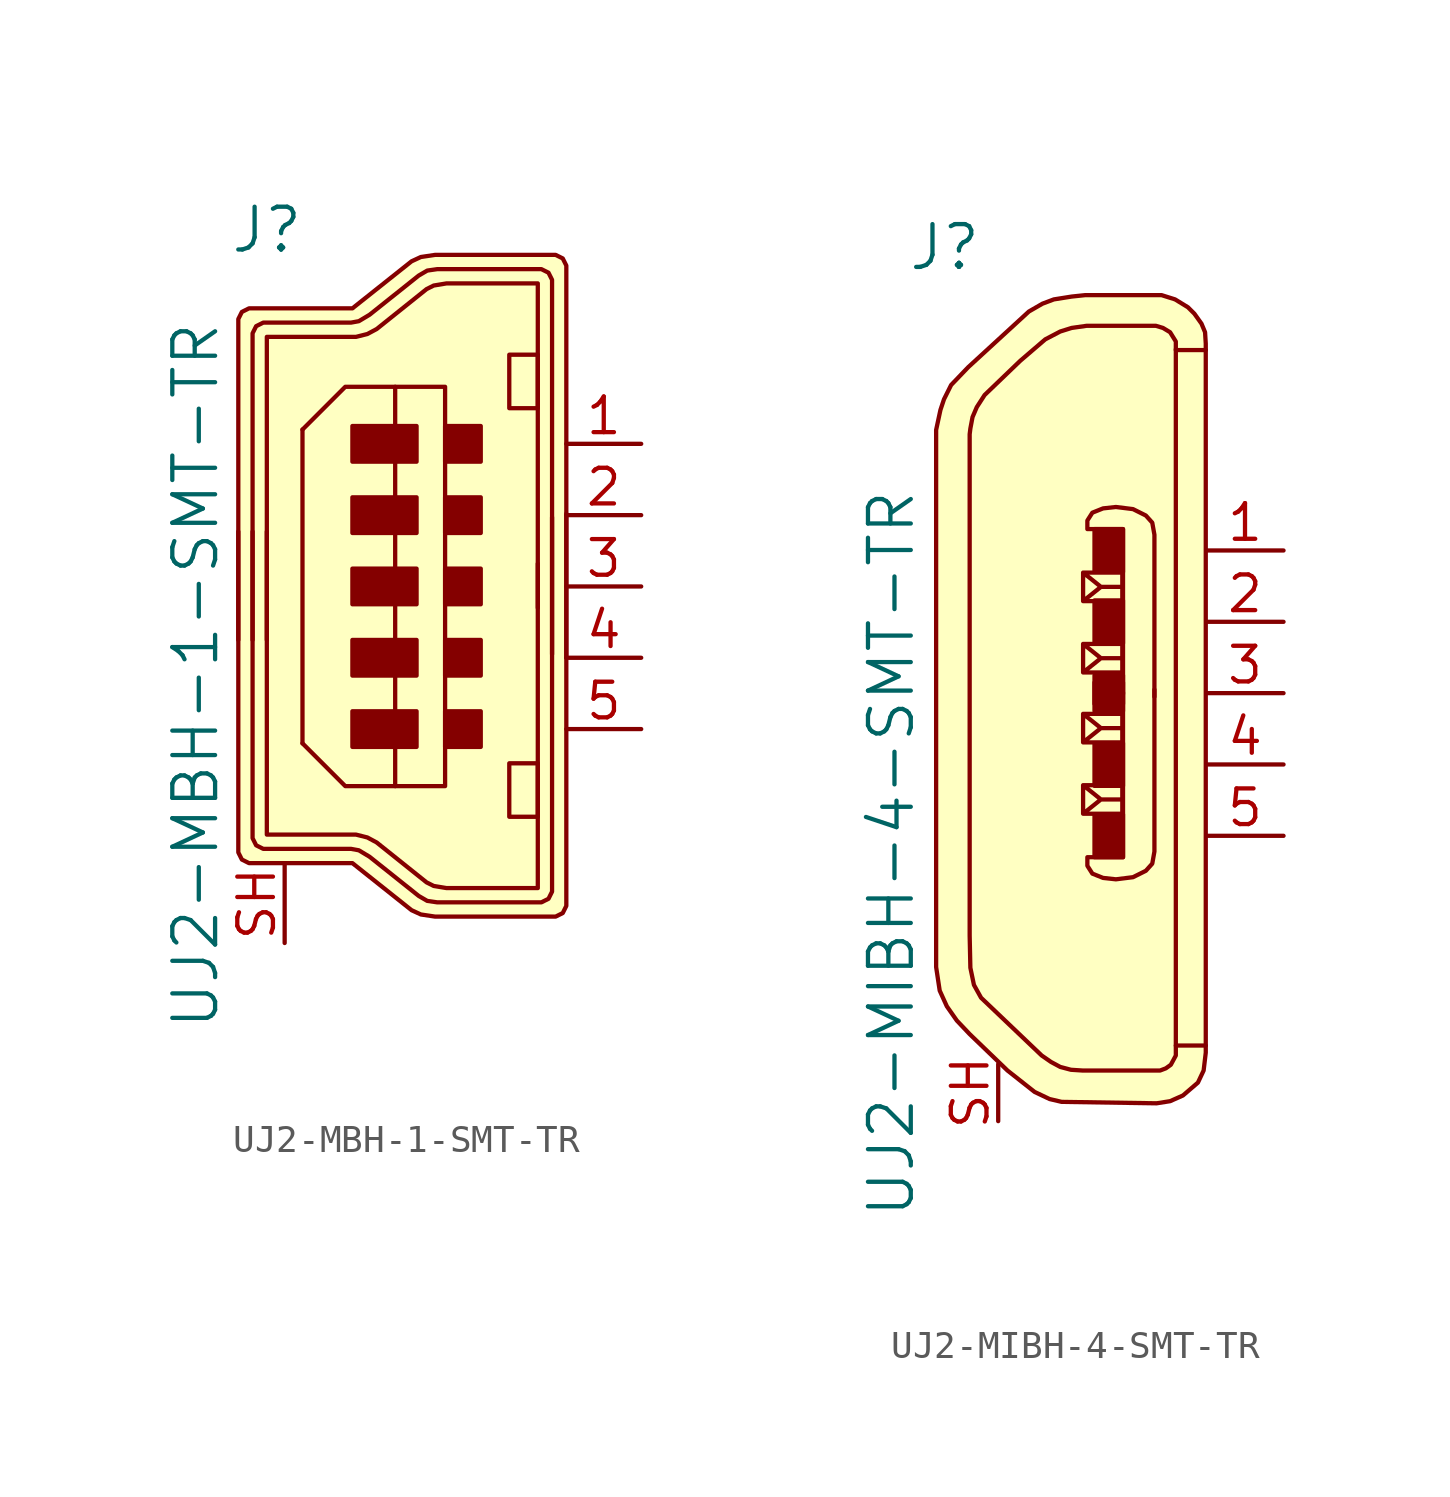
<source format=kicad_sym>
(kicad_symbol_lib
  (version 20231120)
  (generator "kicad_symbol_editor")
  (generator_version "8.0")
  (symbol "UJ2-MBH-1-SMT-TR"
    (pin_names
      (offset 1.016))
    (property "Reference" "J"
      (at -5.715 12.7 0)
      (effects (font (size 1.524 1.524))))
    (property "Value" "UJ2-MBH-1-SMT-TR"
      (at -8.255 -3.175 90)
      (effects (font (size 1.524 1.524))))
    (symbol "UJ2-MBH-1-SMT-TR_0_1"
      (rectangle (start -0.381 -5.715) (end -2.667 -4.445) (stroke (width 0) (type solid)) (fill (type outline)))
      (rectangle (start -0.381 -3.175) (end -2.667 -1.905) (stroke (width 0) (type solid)) (fill (type outline)))
      (rectangle (start -0.381 -0.635) (end -2.667 0.635) (stroke (width 0) (type solid)) (fill (type outline)))
      (rectangle (start -0.381 1.905) (end -2.667 3.175) (stroke (width 0) (type solid)) (fill (type outline)))
      (rectangle (start -0.381 4.445) (end -2.667 5.715) (stroke (width 0) (type solid)) (fill (type outline)))
      (polyline (pts (xy -4.445 5.588) (xy -4.445 -5.588)) (stroke (width 0) (type solid)) (fill (type none)))
      (polyline (pts (xy -4.445 -5.588) (xy -2.921 -7.112) (xy -1.143 -7.112)) (stroke (width 0) (type solid)) (fill (type none)))
      (polyline (pts (xy -4.445 5.588) (xy -2.921 7.112) (xy -1.143 7.112)) (stroke (width 0) (type solid)) (fill (type none)))
      (polyline (pts (xy 3.937 -0.762) (xy 3.937 10.795) (xy 0.686 10.795) (xy 0.229 10.719) (xy -0.025 10.592) (xy -1.803 9.169) (xy -2.134 8.992) (xy -2.54 8.89) (xy -5.715 8.89) (xy -5.715 -1.905)) (stroke (width 0) (type solid)) (fill (type none)))
      (polyline (pts (xy 3.937 0.813) (xy 3.937 -10.744) (xy 0.686 -10.744) (xy 0.229 -10.668) (xy -0.025 -10.541) (xy -1.803 -9.119) (xy -2.134 -8.941) (xy -2.54 -8.839) (xy -5.715 -8.839) (xy -5.715 1.956)) (stroke (width 0) (type solid)) (fill (type none)))
      (polyline (pts (xy 4.953 -2.54) (xy 4.953 11.176) (xy 4.953 11.43) (xy 4.826 11.684) (xy 4.572 11.811) (xy 4.318 11.811) (xy 0.279 11.811) (xy -0.229 11.735) (xy -0.559 11.582) (xy -2.667 9.906) (xy -6.096 9.906) (xy -6.35 9.906) (xy -6.604 9.779) (xy -6.731 9.525) (xy -6.731 9.271) (xy -6.731 -1.905)) (stroke (width 0) (type solid)) (fill (type background)))
      (polyline (pts (xy 4.953 2.591) (xy 4.953 -11.125) (xy 4.953 -11.379) (xy 4.826 -11.633) (xy 4.572 -11.76) (xy 4.318 -11.76) (xy 0.279 -11.76) (xy -0.229 -11.684) (xy -0.559 -11.532) (xy -2.667 -9.855) (xy -6.096 -9.855) (xy -6.35 -9.855) (xy -6.604 -9.728) (xy -6.731 -9.474) (xy -6.731 -9.22) (xy -6.731 1.956)) (stroke (width 0) (type solid)) (fill (type background)))
      (polyline (pts (xy 4.445 -2.413) (xy 4.445 10.668) (xy 4.445 10.922) (xy 4.318 11.176) (xy 4.064 11.303) (xy 3.81 11.303) (xy 0.356 11.303) (xy 0 11.252) (xy -0.305 11.074) (xy -2.057 9.677) (xy -2.438 9.449) (xy -2.718 9.398) (xy -5.588 9.398) (xy -5.842 9.398) (xy -6.096 9.271) (xy -6.223 9.017) (xy -6.223 8.763) (xy -6.223 -1.905)) (stroke (width 0) (type solid)) (fill (type none)))
      (polyline (pts (xy 4.445 2.464) (xy 4.445 -10.617) (xy 4.445 -10.871) (xy 4.318 -11.125) (xy 4.064 -11.252) (xy 3.81 -11.252) (xy 0.356 -11.252) (xy 0 -11.201) (xy -0.305 -11.024) (xy -2.057 -9.627) (xy -2.438 -9.398) (xy -2.718 -9.347) (xy -5.588 -9.347) (xy -5.842 -9.347) (xy -6.096 -9.22) (xy -6.223 -8.966) (xy -6.223 -8.712) (xy -6.223 1.956)) (stroke (width 0) (type solid)) (fill (type none)))
      (rectangle (start 0.635 -7.112) (end -1.143 7.112) (stroke (width 0) (type solid)) (fill (type none)))
      (rectangle (start 1.905 -4.445) (end 0.635 -5.715) (stroke (width 0) (type solid)) (fill (type outline)))
      (rectangle (start 1.905 -1.905) (end 0.635 -3.175) (stroke (width 0) (type solid)) (fill (type outline)))
      (rectangle (start 1.905 0.635) (end 0.635 -0.635) (stroke (width 0) (type solid)) (fill (type outline)))
      (rectangle (start 1.905 3.175) (end 0.635 1.905) (stroke (width 0) (type solid)) (fill (type outline)))
      (rectangle (start 1.905 5.715) (end 0.635 4.445) (stroke (width 0) (type solid)) (fill (type outline)))
      (rectangle (start 2.921 -8.204) (end 3.937 -6.299) (stroke (width 0) (type solid)) (fill (type none)))
      (rectangle (start 2.921 8.255) (end 3.937 6.35) (stroke (width 0) (type solid)) (fill (type none))))
    (symbol "UJ2-MBH-1-SMT-TR_1_1"
      (pin passive line (at 7.62 5.08 180) (length 2.667) (name "~" (effects (font (size 1.27 1.27)))) (number "1" (effects (font (size 1.27 1.27)))))
      (pin passive line (at 7.62 2.54 180) (length 2.667) (name "~" (effects (font (size 1.27 1.27)))) (number "2" (effects (font (size 1.27 1.27)))))
      (pin passive line (at 7.62 0 180) (length 2.667) (name "~" (effects (font (size 1.27 1.27)))) (number "3" (effects (font (size 1.27 1.27)))))
      (pin passive line (at 7.62 -2.54 180) (length 2.667) (name "~" (effects (font (size 1.27 1.27)))) (number "4" (effects (font (size 1.27 1.27)))))
      (pin passive line (at 7.62 -5.08 180) (length 2.667) (name "~" (effects (font (size 1.27 1.27)))) (number "5" (effects (font (size 1.27 1.27)))))
      (pin passive line (at -5.08 -12.7 90) (length 2.794) (name "~" (effects (font (size 1.27 1.27)))) (number "SH" (effects (font (size 1.27 1.27)))))))
  (symbol "UJ2-MIBH-4-SMT-TR"
    (pin_names
      (offset 1.016))
    (property "Reference" "J"
      (at -4.445 15.875 0)
      (effects (font (size 1.524 1.524))))
    (property "Value" "UJ2-MIBH-4-SMT-TR"
      (at -6.35 -5.715 90)
      (effects (font (size 1.524 1.524))))
    (symbol "UJ2-MIBH-4-SMT-TR_0_1"
      (polyline (pts (xy 3.785 12.243) (xy 3.785 -12.548)) (stroke (width 0) (type solid)) (fill (type none)))
      (polyline (pts (xy 0.483 -4.293) (xy 0.483 -3.277) (xy 1.88 -3.277) (xy 1.88 -4.293) (xy 0.483 -4.293) (xy 1.118 -3.785) (xy 0.483 -3.277) (xy 1.88 -3.277) (xy 1.88 -3.785) (xy 1.118 -3.785)) (stroke (width 0) (type solid)) (fill (type none)))
      (polyline (pts (xy 0.483 -1.753) (xy 0.483 -0.737) (xy 1.88 -0.737) (xy 1.88 -1.753) (xy 0.483 -1.753) (xy 1.118 -1.245) (xy 0.483 -0.737) (xy 1.88 -0.737) (xy 1.88 -1.245) (xy 1.118 -1.245)) (stroke (width 0) (type solid)) (fill (type none)))
      (polyline (pts (xy 0.483 1.753) (xy 0.483 0.737) (xy 1.88 0.737) (xy 1.88 1.753) (xy 0.483 1.753) (xy 1.118 1.245) (xy 0.483 0.737) (xy 1.88 0.737) (xy 1.88 1.245) (xy 1.118 1.245)) (stroke (width 0) (type solid)) (fill (type none)))
      (polyline (pts (xy 0.483 4.293) (xy 0.483 3.277) (xy 1.88 3.277) (xy 1.88 4.293) (xy 0.483 4.293) (xy 1.118 3.785) (xy 0.483 3.277) (xy 1.88 3.277) (xy 1.88 3.785) (xy 1.118 3.785)) (stroke (width 0) (type solid)) (fill (type none)))
      (polyline (pts (xy 1.905 -0.025) (xy 1.905 5.842) (xy 0.635 5.842) (xy 0.635 6.147) (xy 0.813 6.426) (xy 1.194 6.579) (xy 1.651 6.629) (xy 2.261 6.553) (xy 2.718 6.325) (xy 2.946 6.071) (xy 3.023 5.639) (xy 3.023 4.801) (xy 3.023 -0.127)) (stroke (width 0) (type solid)) (fill (type none)))
      (polyline (pts (xy 1.905 0.025) (xy 1.905 -5.842) (xy 0.635 -5.842) (xy 0.635 -6.147) (xy 0.813 -6.426) (xy 1.194 -6.579) (xy 1.651 -6.629) (xy 2.261 -6.553) (xy 2.718 -6.325) (xy 2.946 -6.071) (xy 3.023 -5.639) (xy 3.023 -4.801) (xy 3.023 0.127)) (stroke (width 0) (type solid)) (fill (type none)))
      (polyline (pts (xy 4.851 -12.548) (xy 3.835 -12.548) (xy 3.785 -12.548) (xy 3.785 -12.903) (xy 3.607 -13.233) (xy 3.429 -13.36) (xy 3.226 -13.437) (xy 0.457 -13.437) (xy 0.051 -13.411) (xy -0.33 -13.31) (xy -0.66 -13.132) (xy -0.991 -12.903) (xy -3.15 -10.846) (xy -3.404 -10.389) (xy -3.531 -9.779) (xy -3.556 -8.636) (xy -3.556 9.22) (xy -3.531 9.423) (xy -3.454 9.83) (xy -3.302 10.185) (xy -3.023 10.617) (xy -1.753 11.836) (xy -0.864 12.598) (xy -0.33 12.878) (xy 0.076 13.005) (xy 0.61 13.081) (xy 3.073 13.081) (xy 3.327 13.005) (xy 3.581 12.852) (xy 3.785 12.522) (xy 3.785 12.217) (xy 4.851 12.217)) (stroke (width 0) (type solid)) (fill (type none)))
      (polyline (pts (xy 4.851 -11.481) (xy 4.851 -12.802) (xy 4.775 -13.437) (xy 4.572 -13.868) (xy 4.039 -14.326) (xy 3.581 -14.529) (xy 3.099 -14.605) (xy -0.279 -14.554) (xy -0.711 -14.453) (xy -1.245 -14.199) (xy -2.21 -13.437) (xy -3.556 -12.141) (xy -4.013 -11.659) (xy -4.369 -11.151) (xy -4.623 -10.592) (xy -4.75 -9.754) (xy -4.75 9.373) (xy -4.597 10.084) (xy -4.47 10.465) (xy -4.216 10.973) (xy -3.607 11.608) (xy -1.448 13.589) (xy -0.965 13.868) (xy -0.559 14.021) (xy 0.076 14.122) (xy 0.559 14.173) (xy 3.277 14.173) (xy 3.759 14.021) (xy 4.216 13.741) (xy 4.445 13.513) (xy 4.699 13.157) (xy 4.826 12.852) (xy 4.851 12.446) (xy 4.851 -11.506)) (stroke (width 0) (type solid)) (fill (type background)))
      (rectangle (start 0.889 -4.318) (end 1.905 -5.842) (stroke (width 0) (type solid)) (fill (type outline)))
      (rectangle (start 0.889 -3.302) (end 1.905 -1.778) (stroke (width 0) (type solid)) (fill (type outline)))
      (rectangle (start 0.889 -0.635) (end 1.905 0.381) (stroke (width 0) (type solid)) (fill (type outline)))
      (rectangle (start 0.889 0.635) (end 1.905 -0.381) (stroke (width 0) (type solid)) (fill (type outline)))
      (rectangle (start 0.889 3.302) (end 1.905 1.778) (stroke (width 0) (type solid)) (fill (type outline)))
      (rectangle (start 0.889 4.318) (end 1.905 5.842) (stroke (width 0) (type solid)) (fill (type outline))))
    (symbol "UJ2-MIBH-4-SMT-TR_1_1"
      (pin passive line (at 7.62 5.08 180) (length 2.743) (name "~" (effects (font (size 1.27 1.27)))) (number "1" (effects (font (size 1.27 1.27)))))
      (pin passive line (at 7.62 2.54 180) (length 2.743) (name "~" (effects (font (size 1.27 1.27)))) (number "2" (effects (font (size 1.27 1.27)))))
      (pin passive line (at 7.62 0 180) (length 2.743) (name "~" (effects (font (size 1.27 1.27)))) (number "3" (effects (font (size 1.27 1.27)))))
      (pin passive line (at 7.62 -2.54 180) (length 2.743) (name "~" (effects (font (size 1.27 1.27)))) (number "4" (effects (font (size 1.27 1.27)))))
      (pin passive line (at 7.62 -5.08 180) (length 2.743) (name "~" (effects (font (size 1.27 1.27)))) (number "5" (effects (font (size 1.27 1.27)))))
      (pin passive line (at -2.54 -15.24 90) (length 2.032) (name "~" (effects (font (size 1.27 1.27)))) (number "SH" (effects (font (size 1.27 1.27))))))))
</source>
